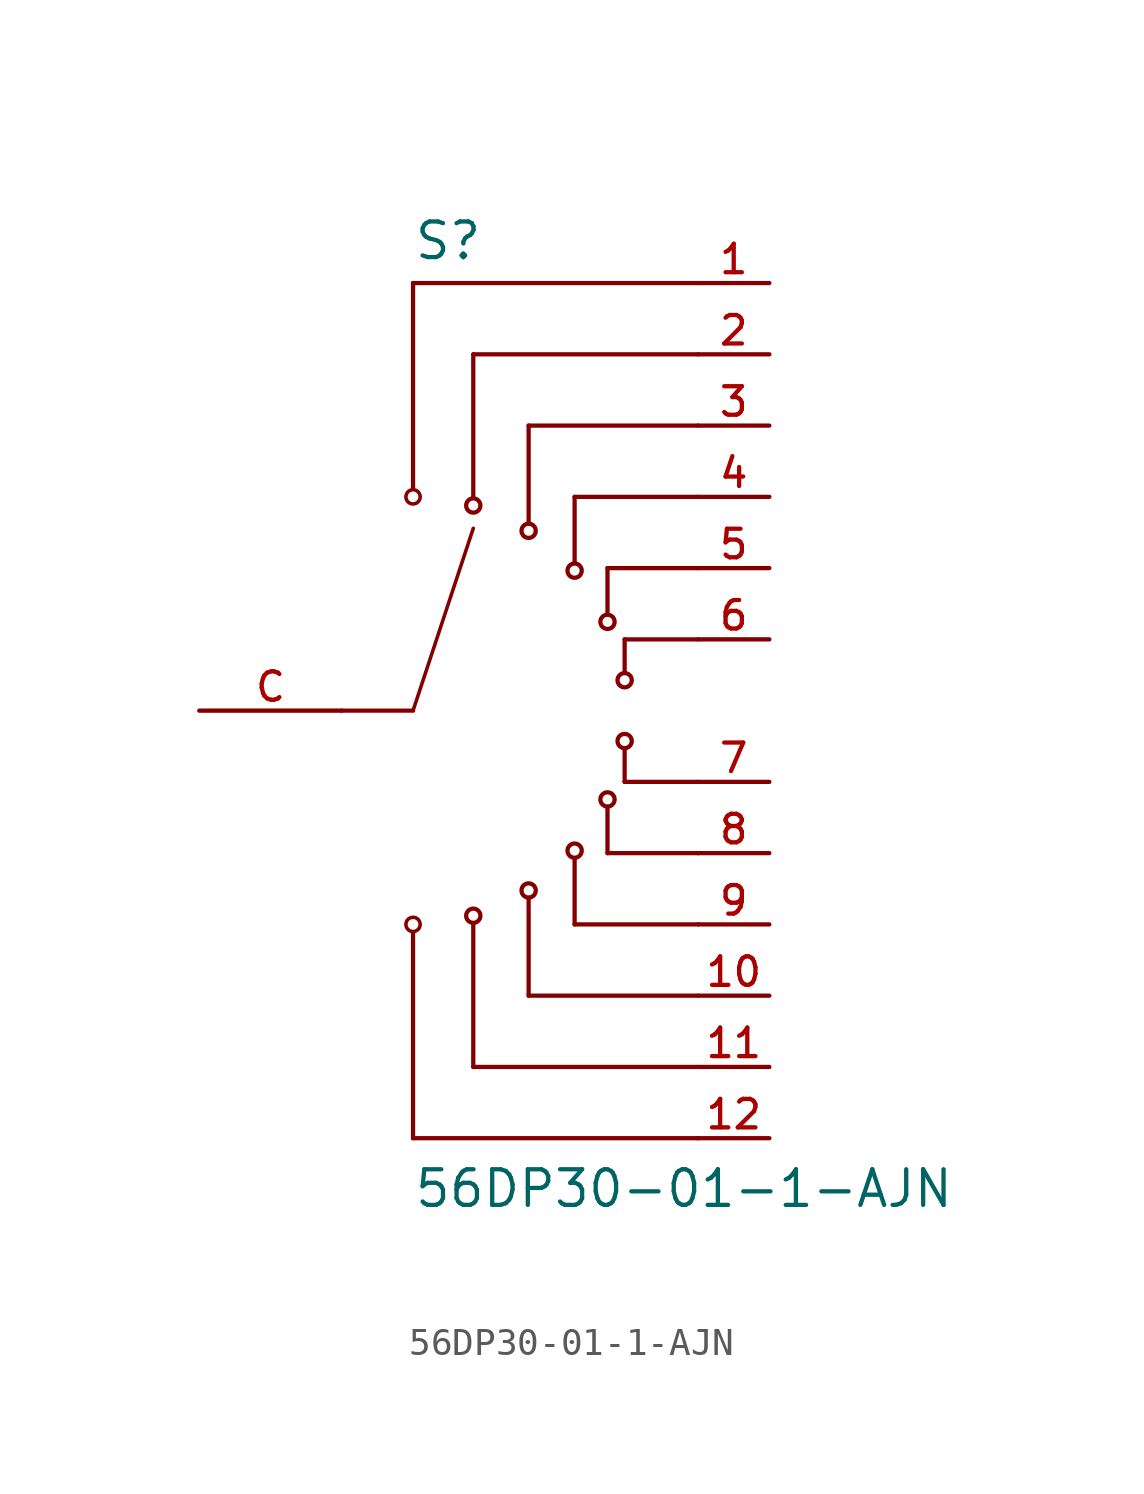
<source format=kicad_sym>
(kicad_symbol_lib
  (version 20211014)
  (generator kicad_symbol_editor)
  (symbol "56DP30-01-1-AJN"
    (pin_names
      (offset 1.016))
    (property "Reference" "S"
      (at -2.54 16.002 0)
      (effects (font (size 1.27 1.27)) (justify bottom left)))
    (property "Value" "56DP30-01-1-AJN"
      (at -2.54 -17.78 0)
      (effects (font (size 1.27 1.27)) (justify bottom left)))
    (symbol "56DP30-01-1-AJN_0_0"
      (circle (center -2.54 7.62) (radius 0.254) (stroke (width 0.127)) (fill (type none)))
      (circle (center -0.393 7.311) (radius 0.254) (stroke (width 0.152)) (fill (type none)))
      (circle (center 1.58 6.41) (radius 0.254) (stroke (width 0.152)) (fill (type none)))
      (circle (center 3.219 4.99) (radius 0.254) (stroke (width 0.152)) (fill (type none)))
      (circle (center 4.391 3.165) (radius 0.254) (stroke (width 0.152)) (fill (type none)))
      (circle (center 5.002 1.084) (radius 0.254) (stroke (width 0.152)) (fill (type none)))
      (polyline (pts (xy -2.54 0.0) (xy -0.393 6.498)) (stroke (width 0.127)))
      (polyline (pts (xy 7.62 2.54) (xy 5.002 2.54)) (stroke (width 0.152)))
      (polyline (pts (xy 5.002 2.54) (xy 5.002 1.346)) (stroke (width 0.152)))
      (polyline (pts (xy 7.62 5.08) (xy 4.391 5.08)) (stroke (width 0.152)))
      (polyline (pts (xy 4.391 5.08) (xy 4.391 3.429)) (stroke (width 0.152)))
      (polyline (pts (xy 7.62 7.62) (xy 3.219 7.62)) (stroke (width 0.152)))
      (polyline (pts (xy 3.219 7.62) (xy 3.219 5.258)) (stroke (width 0.152)))
      (polyline (pts (xy 7.62 10.16) (xy 1.58 10.16)) (stroke (width 0.152)))
      (polyline (pts (xy 1.58 10.16) (xy 1.58 6.668)) (stroke (width 0.152)))
      (polyline (pts (xy 7.62 12.7) (xy -0.393 12.7)) (stroke (width 0.152)))
      (polyline (pts (xy -0.393 12.7) (xy -0.393 7.62)) (stroke (width 0.152)))
      (polyline (pts (xy 7.62 15.24) (xy -2.54 15.24)) (stroke (width 0.152)))
      (polyline (pts (xy -2.54 15.24) (xy -2.54 7.899)) (stroke (width 0.152)))
      (circle (center -2.54 -7.62) (radius 0.254) (stroke (width 0.127)) (fill (type none)))
      (circle (center -0.393 -7.311) (radius 0.254) (stroke (width 0.152)) (fill (type none)))
      (circle (center 1.58 -6.41) (radius 0.254) (stroke (width 0.152)) (fill (type none)))
      (circle (center 3.219 -4.99) (radius 0.254) (stroke (width 0.152)) (fill (type none)))
      (circle (center 4.391 -3.165) (radius 0.254) (stroke (width 0.152)) (fill (type none)))
      (circle (center 5.002 -1.084) (radius 0.254) (stroke (width 0.152)) (fill (type none)))
      (polyline (pts (xy 7.62 -2.54) (xy 5.002 -2.54)) (stroke (width 0.152)))
      (polyline (pts (xy 5.002 -2.54) (xy 5.002 -1.346)) (stroke (width 0.152)))
      (polyline (pts (xy 7.62 -5.08) (xy 4.391 -5.08)) (stroke (width 0.152)))
      (polyline (pts (xy 4.391 -5.08) (xy 4.391 -3.429)) (stroke (width 0.152)))
      (polyline (pts (xy 7.62 -7.62) (xy 3.219 -7.62)) (stroke (width 0.152)))
      (polyline (pts (xy 3.219 -7.62) (xy 3.219 -5.258)) (stroke (width 0.152)))
      (polyline (pts (xy 7.62 -10.16) (xy 1.58 -10.16)) (stroke (width 0.152)))
      (polyline (pts (xy 1.58 -10.16) (xy 1.58 -6.668)) (stroke (width 0.152)))
      (polyline (pts (xy 7.62 -12.7) (xy -0.393 -12.7)) (stroke (width 0.152)))
      (polyline (pts (xy -0.393 -12.7) (xy -0.393 -7.62)) (stroke (width 0.152)))
      (polyline (pts (xy 7.62 -15.24) (xy -2.54 -15.24)) (stroke (width 0.152)))
      (polyline (pts (xy -2.54 -15.24) (xy -2.54 -7.899)) (stroke (width 0.152)))
      (polyline (pts (xy -5.08 0.0) (xy -2.54 0.0)) (stroke (width 0.152)))
      (pin bidirectional line (at -10.16 0.0 0) (length 5.08) (name "~" (effects (font (size 1.016 1.016)))) (number "C" (effects (font (size 1.016 1.016)))))
      (pin bidirectional line (at 10.16 15.24 180.0) (length 2.54) (name "~" (effects (font (size 1.016 1.016)))) (number "1" (effects (font (size 1.016 1.016)))))
      (pin bidirectional line (at 10.16 12.7 180.0) (length 2.54) (name "~" (effects (font (size 1.016 1.016)))) (number "2" (effects (font (size 1.016 1.016)))))
      (pin bidirectional line (at 10.16 10.16 180.0) (length 2.54) (name "~" (effects (font (size 1.016 1.016)))) (number "3" (effects (font (size 1.016 1.016)))))
      (pin bidirectional line (at 10.16 7.62 180.0) (length 2.54) (name "~" (effects (font (size 1.016 1.016)))) (number "4" (effects (font (size 1.016 1.016)))))
      (pin bidirectional line (at 10.16 5.08 180.0) (length 2.54) (name "~" (effects (font (size 1.016 1.016)))) (number "5" (effects (font (size 1.016 1.016)))))
      (pin bidirectional line (at 10.16 2.54 180.0) (length 2.54) (name "~" (effects (font (size 1.016 1.016)))) (number "6" (effects (font (size 1.016 1.016)))))
      (pin bidirectional line (at 10.16 -2.54 180.0) (length 2.54) (name "~" (effects (font (size 1.016 1.016)))) (number "7" (effects (font (size 1.016 1.016)))))
      (pin bidirectional line (at 10.16 -5.08 180.0) (length 2.54) (name "~" (effects (font (size 1.016 1.016)))) (number "8" (effects (font (size 1.016 1.016)))))
      (pin bidirectional line (at 10.16 -7.62 180.0) (length 2.54) (name "~" (effects (font (size 1.016 1.016)))) (number "9" (effects (font (size 1.016 1.016)))))
      (pin bidirectional line (at 10.16 -10.16 180.0) (length 2.54) (name "~" (effects (font (size 1.016 1.016)))) (number "10" (effects (font (size 1.016 1.016)))))
      (pin bidirectional line (at 10.16 -12.7 180.0) (length 2.54) (name "~" (effects (font (size 1.016 1.016)))) (number "11" (effects (font (size 1.016 1.016)))))
      (pin bidirectional line (at 10.16 -15.24 180.0) (length 2.54) (name "~" (effects (font (size 1.016 1.016)))) (number "12" (effects (font (size 1.016 1.016))))))))
</source>
